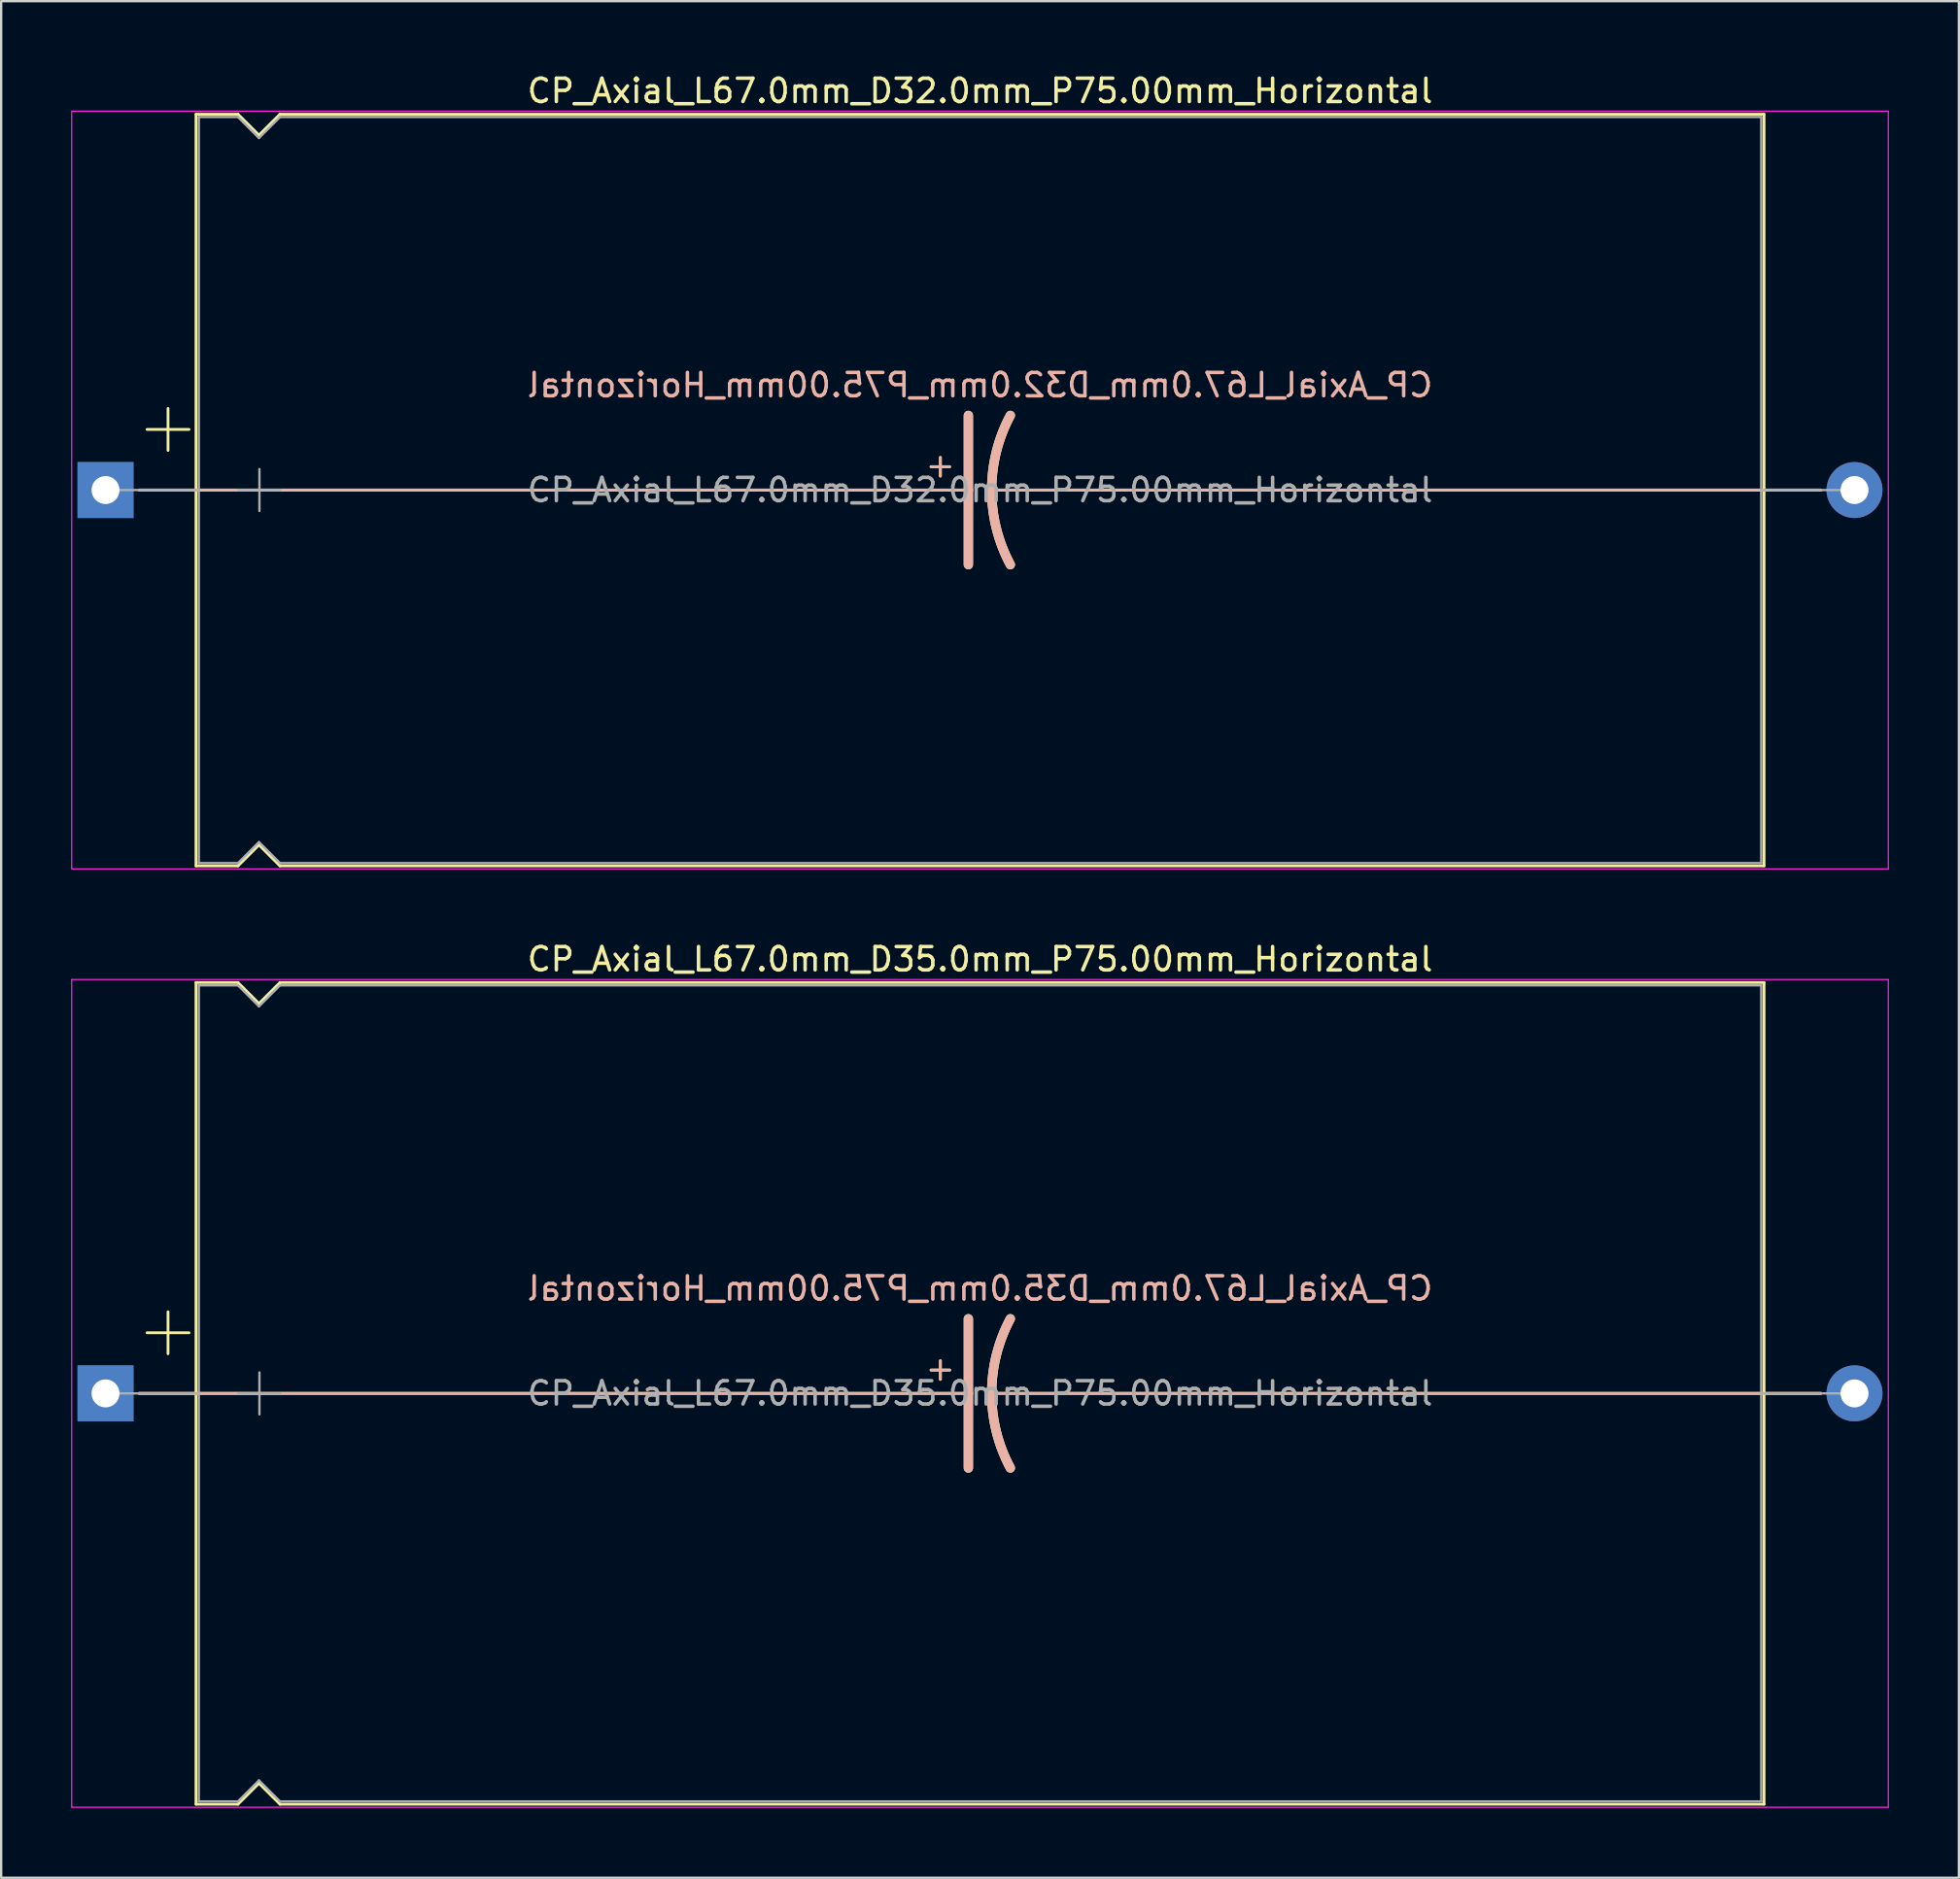
<source format=kicad_pcb>
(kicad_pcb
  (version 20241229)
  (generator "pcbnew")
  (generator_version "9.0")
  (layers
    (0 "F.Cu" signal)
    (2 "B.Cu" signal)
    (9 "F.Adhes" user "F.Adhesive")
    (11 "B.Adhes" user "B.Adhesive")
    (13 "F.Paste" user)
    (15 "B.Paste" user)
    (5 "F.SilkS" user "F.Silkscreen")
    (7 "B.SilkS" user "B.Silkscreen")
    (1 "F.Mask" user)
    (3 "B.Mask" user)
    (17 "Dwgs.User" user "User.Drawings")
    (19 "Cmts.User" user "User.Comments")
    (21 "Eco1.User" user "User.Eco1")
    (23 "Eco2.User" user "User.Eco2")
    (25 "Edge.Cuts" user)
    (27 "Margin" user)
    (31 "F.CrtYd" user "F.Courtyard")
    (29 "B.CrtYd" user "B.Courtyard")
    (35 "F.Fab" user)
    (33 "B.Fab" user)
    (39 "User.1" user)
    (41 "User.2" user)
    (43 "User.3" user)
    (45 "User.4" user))
  (footprint "CP_Axial_L67.0mm_D35.0mm_P75.00mm_Horizontal"
    (layer "F.Cu")
    (at 1.475 56.712)
    (property "Reference" "CP_Axial_L67.0mm_D35.0mm_P75.00mm_Horizontal" (at 37.5 -18.62 0) (layer "F.SilkS") (effects (font (size 1 1) (thickness 0.15))))
    (fp_line (start 1.44 0) (end 3.88 0) (stroke (width 0.12) (type solid)) (layer "F.SilkS"))
    (fp_line (start 1.78 -2.6) (end 3.58 -2.6) (stroke (width 0.12) (type solid)) (layer "F.SilkS"))
    (fp_line (start 2.68 -3.5) (end 2.68 -1.7) (stroke (width 0.12) (type solid)) (layer "F.SilkS"))
    (fp_line (start 3.88 -17.62) (end 3.88 17.62) (stroke (width 0.12) (type solid)) (layer "F.SilkS"))
    (fp_line (start 3.88 -17.62) (end 5.68 -17.62) (stroke (width 0.12) (type solid)) (layer "F.SilkS"))
    (fp_line (start 3.88 0) (end 37 0) (stroke (width 0.12) (type solid)) (layer "F.SilkS"))
    (fp_line (start 3.88 17.62) (end 5.68 17.62) (stroke (width 0.12) (type solid)) (layer "F.SilkS"))
    (fp_line (start 5.68 -17.62) (end 6.58 -16.72) (stroke (width 0.12) (type solid)) (layer "F.SilkS"))
    (fp_line (start 5.68 17.62) (end 6.58 16.72) (stroke (width 0.12) (type solid)) (layer "F.SilkS"))
    (fp_line (start 6.58 -16.72) (end 7.48 -17.62) (stroke (width 0.12) (type solid)) (layer "F.SilkS"))
    (fp_line (start 6.58 16.72) (end 7.48 17.62) (stroke (width 0.12) (type solid)) (layer "F.SilkS"))
    (fp_line (start 7.48 -17.62) (end 71.12 -17.62) (stroke (width 0.12) (type solid)) (layer "F.SilkS"))
    (fp_line (start 7.48 17.62) (end 71.12 17.62) (stroke (width 0.12) (type solid)) (layer "F.SilkS"))
    (fp_line (start 35.4 -1) (end 36.2 -1) (stroke (width 0.12) (type solid)) (layer "F.SilkS"))
    (fp_line (start 35.8 -1.4) (end 35.8 -0.6) (stroke (width 0.12) (type solid)) (layer "F.SilkS"))
    (fp_line (start 37 0) (end 37 -3.2) (stroke (width 0.4) (type solid)) (layer "F.SilkS"))
    (fp_line (start 37 0) (end 37 3.2) (stroke (width 0.4) (type solid)) (layer "F.SilkS"))
    (fp_line (start 71.12 -17.62) (end 71.12 17.62) (stroke (width 0.12) (type solid)) (layer "F.SilkS"))
    (fp_line (start 71.12 0) (end 38 0) (stroke (width 0.12) (type solid)) (layer "F.SilkS"))
    (fp_line (start 73.56 0) (end 71.12 0) (stroke (width 0.12) (type solid)) (layer "F.SilkS"))
    (fp_arc (start 38 0) (mid 38.203545 -1.649114) (end 38.8 -3.2) (stroke (width 0.4) (type solid)) (layer "F.SilkS"))
    (fp_arc (start 38.8 3.2) (mid 38.200704 1.649824) (end 38 0) (stroke (width 0.4) (type solid)) (layer "F.SilkS"))
    (fp_line (start 1.44 0) (end 3.88 0) (stroke (width 0.12) (type solid)) (layer "B.SilkS"))
    (fp_line (start 3.88 0) (end 37 0) (stroke (width 0.12) (type solid)) (layer "B.SilkS"))
    (fp_line (start 35.4 -1) (end 36.2 -1) (stroke (width 0.12) (type solid)) (layer "B.SilkS"))
    (fp_line (start 35.8 -0.6) (end 35.8 -1.4) (stroke (width 0.12) (type solid)) (layer "B.SilkS"))
    (fp_line (start 37 0) (end 37 -3.2) (stroke (width 0.4) (type solid)) (layer "B.SilkS"))
    (fp_line (start 37 0) (end 37 3.2) (stroke (width 0.4) (type solid)) (layer "B.SilkS"))
    (fp_line (start 71.12 0) (end 38 0) (stroke (width 0.12) (type solid)) (layer "B.SilkS"))
    (fp_line (start 73.56 0) (end 71.12 0) (stroke (width 0.12) (type solid)) (layer "B.SilkS"))
    (fp_arc (start 38 0) (mid 38.200703 -1.649824) (end 38.8 -3.2) (stroke (width 0.4) (type solid)) (layer "B.SilkS"))
    (fp_arc (start 38.8 3.2) (mid 38.203544 1.649114) (end 38 0) (stroke (width 0.4) (type solid)) (layer "B.SilkS"))
    (fp_line (start -1.45 -17.75) (end -1.45 17.75) (stroke (width 0.05) (type solid)) (layer "F.CrtYd"))
    (fp_line (start -1.45 17.75) (end 76.45 17.75) (stroke (width 0.05) (type solid)) (layer "F.CrtYd"))
    (fp_line (start 76.45 -17.75) (end -1.45 -17.75) (stroke (width 0.05) (type solid)) (layer "F.CrtYd"))
    (fp_line (start 76.45 17.75) (end 76.45 -17.75) (stroke (width 0.05) (type solid)) (layer "F.CrtYd"))
    (fp_line (start 0 0) (end 4 0) (stroke (width 0.1) (type solid)) (layer "F.Fab"))
    (fp_line (start 4 -17.5) (end 4 17.5) (stroke (width 0.1) (type solid)) (layer "F.Fab"))
    (fp_line (start 4 -17.5) (end 5.68 -17.5) (stroke (width 0.1) (type solid)) (layer "F.Fab"))
    (fp_line (start 4 17.5) (end 5.68 17.5) (stroke (width 0.1) (type solid)) (layer "F.Fab"))
    (fp_line (start 5.68 -17.5) (end 6.58 -16.6) (stroke (width 0.1) (type solid)) (layer "F.Fab"))
    (fp_line (start 5.68 17.5) (end 6.58 16.6) (stroke (width 0.1) (type solid)) (layer "F.Fab"))
    (fp_line (start 5.7 0) (end 7.5 0) (stroke (width 0.1) (type solid)) (layer "F.Fab"))
    (fp_line (start 6.58 -16.6) (end 7.48 -17.5) (stroke (width 0.1) (type solid)) (layer "F.Fab"))
    (fp_line (start 6.58 16.6) (end 7.48 17.5) (stroke (width 0.1) (type solid)) (layer "F.Fab"))
    (fp_line (start 6.6 -0.9) (end 6.6 0.9) (stroke (width 0.1) (type solid)) (layer "F.Fab"))
    (fp_line (start 7.48 -17.5) (end 71 -17.5) (stroke (width 0.1) (type solid)) (layer "F.Fab"))
    (fp_line (start 7.48 17.5) (end 71 17.5) (stroke (width 0.1) (type solid)) (layer "F.Fab"))
    (fp_line (start 71 -17.5) (end 71 17.5) (stroke (width 0.1) (type solid)) (layer "F.Fab"))
    (fp_line (start 75 0) (end 71 0) (stroke (width 0.1) (type solid)) (layer "F.Fab"))
    (fp_text user "${REFERENCE}" (at 37.5 -4.5 0) (layer "B.SilkS") (effects (font (size 1 1) (thickness 0.15)) (justify mirror)))
    (fp_text user "${REFERENCE}" (at 37.5 0 0) (layer "F.Fab") (effects (font (size 1 1) (thickness 0.15))))
    (pad "1" thru_hole rect (at 0 0) (size 2.4 2.4) (drill 1.2) (layers "*.Cu" "*.Mask"))
    (pad "2" thru_hole oval (at 75 0) (size 2.4 2.4) (drill 1.2) (layers "*.Cu" "*.Mask")))
  (footprint "CP_Axial_L67.0mm_D32.0mm_P75.00mm_Horizontal"
    (layer "F.Cu")
    (at 1.475 17.968)
    (property "Reference" "CP_Axial_L67.0mm_D32.0mm_P75.00mm_Horizontal" (at 37.5 -17.12 0) (layer "F.SilkS") (effects (font (size 1 1) (thickness 0.15))))
    (fp_line (start 1.44 0) (end 3.88 0) (stroke (width 0.12) (type solid)) (layer "F.SilkS"))
    (fp_line (start 1.78 -2.6) (end 3.58 -2.6) (stroke (width 0.12) (type solid)) (layer "F.SilkS"))
    (fp_line (start 2.68 -3.5) (end 2.68 -1.7) (stroke (width 0.12) (type solid)) (layer "F.SilkS"))
    (fp_line (start 3.88 -16.12) (end 3.88 16.12) (stroke (width 0.12) (type solid)) (layer "F.SilkS"))
    (fp_line (start 3.88 -16.12) (end 5.68 -16.12) (stroke (width 0.12) (type solid)) (layer "F.SilkS"))
    (fp_line (start 3.88 0) (end 37 0) (stroke (width 0.12) (type solid)) (layer "F.SilkS"))
    (fp_line (start 3.88 16.12) (end 5.68 16.12) (stroke (width 0.12) (type solid)) (layer "F.SilkS"))
    (fp_line (start 5.68 -16.12) (end 6.58 -15.22) (stroke (width 0.12) (type solid)) (layer "F.SilkS"))
    (fp_line (start 5.68 16.12) (end 6.58 15.22) (stroke (width 0.12) (type solid)) (layer "F.SilkS"))
    (fp_line (start 6.58 -15.22) (end 7.48 -16.12) (stroke (width 0.12) (type solid)) (layer "F.SilkS"))
    (fp_line (start 6.58 15.22) (end 7.48 16.12) (stroke (width 0.12) (type solid)) (layer "F.SilkS"))
    (fp_line (start 7.48 -16.12) (end 71.12 -16.12) (stroke (width 0.12) (type solid)) (layer "F.SilkS"))
    (fp_line (start 7.48 16.12) (end 71.12 16.12) (stroke (width 0.12) (type solid)) (layer "F.SilkS"))
    (fp_line (start 35.4 -1) (end 36.2 -1) (stroke (width 0.12) (type solid)) (layer "F.SilkS"))
    (fp_line (start 35.8 -1.4) (end 35.8 -0.6) (stroke (width 0.12) (type solid)) (layer "F.SilkS"))
    (fp_line (start 37 0) (end 37 -3.2) (stroke (width 0.4) (type solid)) (layer "F.SilkS"))
    (fp_line (start 37 0) (end 37 3.2) (stroke (width 0.4) (type solid)) (layer "F.SilkS"))
    (fp_line (start 71.12 -16.12) (end 71.12 16.12) (stroke (width 0.12) (type solid)) (layer "F.SilkS"))
    (fp_line (start 71.12 0) (end 38 0) (stroke (width 0.12) (type solid)) (layer "F.SilkS"))
    (fp_line (start 73.56 0) (end 71.12 0) (stroke (width 0.12) (type solid)) (layer "F.SilkS"))
    (fp_arc (start 38 0) (mid 38.203545 -1.649114) (end 38.8 -3.2) (stroke (width 0.4) (type solid)) (layer "F.SilkS"))
    (fp_arc (start 38.8 3.2) (mid 38.200704 1.649824) (end 38 0) (stroke (width 0.4) (type solid)) (layer "F.SilkS"))
    (fp_line (start 1.44 0) (end 3.88 0) (stroke (width 0.12) (type solid)) (layer "B.SilkS"))
    (fp_line (start 3.88 0) (end 37 0) (stroke (width 0.12) (type solid)) (layer "B.SilkS"))
    (fp_line (start 35.4 -1) (end 36.2 -1) (stroke (width 0.12) (type solid)) (layer "B.SilkS"))
    (fp_line (start 35.8 -0.6) (end 35.8 -1.4) (stroke (width 0.12) (type solid)) (layer "B.SilkS"))
    (fp_line (start 37 0) (end 37 -3.2) (stroke (width 0.4) (type solid)) (layer "B.SilkS"))
    (fp_line (start 37 0) (end 37 3.2) (stroke (width 0.4) (type solid)) (layer "B.SilkS"))
    (fp_line (start 71.12 0) (end 38 0) (stroke (width 0.12) (type solid)) (layer "B.SilkS"))
    (fp_line (start 73.56 0) (end 71.12 0) (stroke (width 0.12) (type solid)) (layer "B.SilkS"))
    (fp_arc (start 38 0) (mid 38.200703 -1.649824) (end 38.8 -3.2) (stroke (width 0.4) (type solid)) (layer "B.SilkS"))
    (fp_arc (start 38.8 3.2) (mid 38.203544 1.649114) (end 38 0) (stroke (width 0.4) (type solid)) (layer "B.SilkS"))
    (fp_line (start -1.45 -16.25) (end -1.45 16.25) (stroke (width 0.05) (type solid)) (layer "F.CrtYd"))
    (fp_line (start -1.45 16.25) (end 76.45 16.25) (stroke (width 0.05) (type solid)) (layer "F.CrtYd"))
    (fp_line (start 76.45 -16.25) (end -1.45 -16.25) (stroke (width 0.05) (type solid)) (layer "F.CrtYd"))
    (fp_line (start 76.45 16.25) (end 76.45 -16.25) (stroke (width 0.05) (type solid)) (layer "F.CrtYd"))
    (fp_line (start 0 0) (end 4 0) (stroke (width 0.1) (type solid)) (layer "F.Fab"))
    (fp_line (start 4 -16) (end 4 16) (stroke (width 0.1) (type solid)) (layer "F.Fab"))
    (fp_line (start 4 -16) (end 5.68 -16) (stroke (width 0.1) (type solid)) (layer "F.Fab"))
    (fp_line (start 4 16) (end 5.68 16) (stroke (width 0.1) (type solid)) (layer "F.Fab"))
    (fp_line (start 5.68 -16) (end 6.58 -15.1) (stroke (width 0.1) (type solid)) (layer "F.Fab"))
    (fp_line (start 5.68 16) (end 6.58 15.1) (stroke (width 0.1) (type solid)) (layer "F.Fab"))
    (fp_line (start 5.7 0) (end 7.5 0) (stroke (width 0.1) (type solid)) (layer "F.Fab"))
    (fp_line (start 6.58 -15.1) (end 7.48 -16) (stroke (width 0.1) (type solid)) (layer "F.Fab"))
    (fp_line (start 6.58 15.1) (end 7.48 16) (stroke (width 0.1) (type solid)) (layer "F.Fab"))
    (fp_line (start 6.6 -0.9) (end 6.6 0.9) (stroke (width 0.1) (type solid)) (layer "F.Fab"))
    (fp_line (start 7.48 -16) (end 71 -16) (stroke (width 0.1) (type solid)) (layer "F.Fab"))
    (fp_line (start 7.48 16) (end 71 16) (stroke (width 0.1) (type solid)) (layer "F.Fab"))
    (fp_line (start 71 -16) (end 71 16) (stroke (width 0.1) (type solid)) (layer "F.Fab"))
    (fp_line (start 75 0) (end 71 0) (stroke (width 0.1) (type solid)) (layer "F.Fab"))
    (fp_text user "${REFERENCE}" (at 37.5 -4.5 0) (layer "B.SilkS") (effects (font (size 1 1) (thickness 0.15)) (justify mirror)))
    (fp_text user "${REFERENCE}" (at 37.5 0 0) (layer "F.Fab") (effects (font (size 1 1) (thickness 0.15))))
    (pad "1" thru_hole rect (at 0 0) (size 2.4 2.4) (drill 1.2) (layers "*.Cu" "*.Mask"))
    (pad "2" thru_hole oval (at 75 0) (size 2.4 2.4) (drill 1.2) (layers "*.Cu" "*.Mask")))
  (gr_rect
    (start -3 -3)
    (end 80.95 77.487)
    (stroke (width 0.1) (type default))
    (fill no)
    (layer "Edge.Cuts")))
</source>
